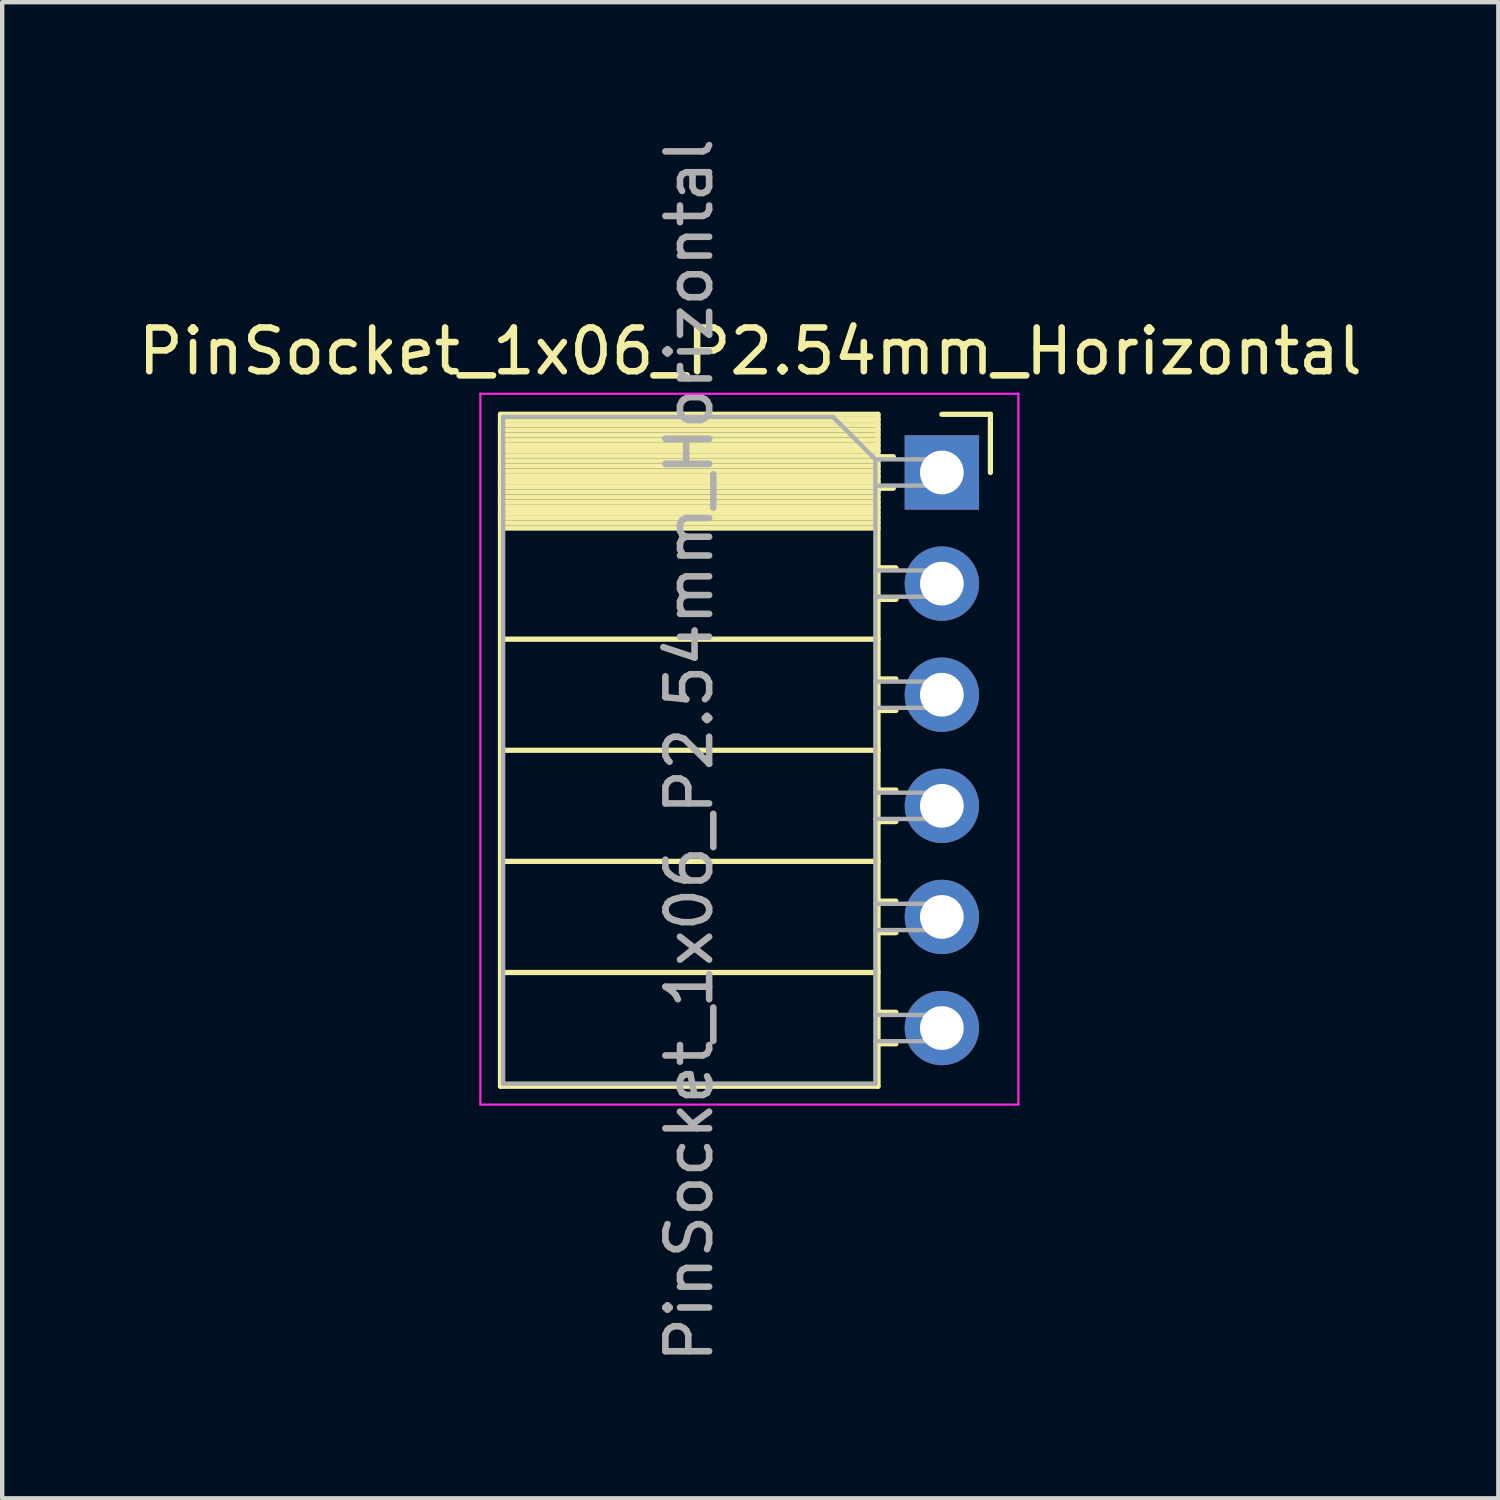
<source format=kicad_pcb>
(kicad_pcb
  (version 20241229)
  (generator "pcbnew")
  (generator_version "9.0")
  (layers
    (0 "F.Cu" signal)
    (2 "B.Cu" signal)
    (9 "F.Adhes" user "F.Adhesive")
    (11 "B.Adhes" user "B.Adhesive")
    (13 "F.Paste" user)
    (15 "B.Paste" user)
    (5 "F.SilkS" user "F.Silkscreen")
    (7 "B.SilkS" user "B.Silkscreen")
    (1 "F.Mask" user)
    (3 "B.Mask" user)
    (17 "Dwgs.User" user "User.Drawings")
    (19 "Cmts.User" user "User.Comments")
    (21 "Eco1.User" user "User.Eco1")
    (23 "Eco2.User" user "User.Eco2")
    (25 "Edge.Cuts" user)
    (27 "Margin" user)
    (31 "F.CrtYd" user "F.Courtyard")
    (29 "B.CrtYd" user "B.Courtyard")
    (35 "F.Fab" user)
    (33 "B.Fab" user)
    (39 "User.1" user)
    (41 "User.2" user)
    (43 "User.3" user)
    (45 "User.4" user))
  (footprint "PinSocket_1x06_P2.54mm_Horizontal"
    (layer "F.Cu")
    (at 18.481 7.751)
    (property "Reference" "PinSocket_1x06_P2.54mm_Horizontal" (at -4.38 -2.77 0) (layer "F.SilkS") (effects (font (size 1 1) (thickness 0.15))))
    (attr through_hole)
    (fp_line (start -10.09 -1.33) (end -10.09 14.03) (stroke (width 0.12) (type solid)) (layer "F.SilkS"))
    (fp_line (start -10.09 -1.33) (end -1.46 -1.33) (stroke (width 0.12) (type solid)) (layer "F.SilkS"))
    (fp_line (start -10.09 -1.21) (end -1.46 -1.21) (stroke (width 0.12) (type solid)) (layer "F.SilkS"))
    (fp_line (start -10.09 -1.092) (end -1.46 -1.092) (stroke (width 0.12) (type solid)) (layer "F.SilkS"))
    (fp_line (start -10.09 -0.974) (end -1.46 -0.974) (stroke (width 0.12) (type solid)) (layer "F.SilkS"))
    (fp_line (start -10.09 -0.856) (end -1.46 -0.856) (stroke (width 0.12) (type solid)) (layer "F.SilkS"))
    (fp_line (start -10.09 -0.738) (end -1.46 -0.738) (stroke (width 0.12) (type solid)) (layer "F.SilkS"))
    (fp_line (start -10.09 -0.62) (end -1.46 -0.62) (stroke (width 0.12) (type solid)) (layer "F.SilkS"))
    (fp_line (start -10.09 -0.501) (end -1.46 -0.501) (stroke (width 0.12) (type solid)) (layer "F.SilkS"))
    (fp_line (start -10.09 -0.383) (end -1.46 -0.383) (stroke (width 0.12) (type solid)) (layer "F.SilkS"))
    (fp_line (start -10.09 -0.265) (end -1.46 -0.265) (stroke (width 0.12) (type solid)) (layer "F.SilkS"))
    (fp_line (start -10.09 -0.147) (end -1.46 -0.147) (stroke (width 0.12) (type solid)) (layer "F.SilkS"))
    (fp_line (start -10.09 -0.029) (end -1.46 -0.029) (stroke (width 0.12) (type solid)) (layer "F.SilkS"))
    (fp_line (start -10.09 0.089) (end -1.46 0.089) (stroke (width 0.12) (type solid)) (layer "F.SilkS"))
    (fp_line (start -10.09 0.207) (end -1.46 0.207) (stroke (width 0.12) (type solid)) (layer "F.SilkS"))
    (fp_line (start -10.09 0.325) (end -1.46 0.325) (stroke (width 0.12) (type solid)) (layer "F.SilkS"))
    (fp_line (start -10.09 0.443) (end -1.46 0.443) (stroke (width 0.12) (type solid)) (layer "F.SilkS"))
    (fp_line (start -10.09 0.561) (end -1.46 0.561) (stroke (width 0.12) (type solid)) (layer "F.SilkS"))
    (fp_line (start -10.09 0.68) (end -1.46 0.68) (stroke (width 0.12) (type solid)) (layer "F.SilkS"))
    (fp_line (start -10.09 0.798) (end -1.46 0.798) (stroke (width 0.12) (type solid)) (layer "F.SilkS"))
    (fp_line (start -10.09 0.916) (end -1.46 0.916) (stroke (width 0.12) (type solid)) (layer "F.SilkS"))
    (fp_line (start -10.09 1.034) (end -1.46 1.034) (stroke (width 0.12) (type solid)) (layer "F.SilkS"))
    (fp_line (start -10.09 1.152) (end -1.46 1.152) (stroke (width 0.12) (type solid)) (layer "F.SilkS"))
    (fp_line (start -10.09 1.27) (end -1.46 1.27) (stroke (width 0.12) (type solid)) (layer "F.SilkS"))
    (fp_line (start -10.09 3.81) (end -1.46 3.81) (stroke (width 0.12) (type solid)) (layer "F.SilkS"))
    (fp_line (start -10.09 6.35) (end -1.46 6.35) (stroke (width 0.12) (type solid)) (layer "F.SilkS"))
    (fp_line (start -10.09 8.89) (end -1.46 8.89) (stroke (width 0.12) (type solid)) (layer "F.SilkS"))
    (fp_line (start -10.09 11.43) (end -1.46 11.43) (stroke (width 0.12) (type solid)) (layer "F.SilkS"))
    (fp_line (start -10.09 14.03) (end -1.46 14.03) (stroke (width 0.12) (type solid)) (layer "F.SilkS"))
    (fp_line (start -1.46 -1.33) (end -1.46 14.03) (stroke (width 0.12) (type solid)) (layer "F.SilkS"))
    (fp_line (start -1.46 -0.36) (end -1.11 -0.36) (stroke (width 0.12) (type solid)) (layer "F.SilkS"))
    (fp_line (start -1.46 0.36) (end -1.11 0.36) (stroke (width 0.12) (type solid)) (layer "F.SilkS"))
    (fp_line (start -1.46 2.18) (end -1.05 2.18) (stroke (width 0.12) (type solid)) (layer "F.SilkS"))
    (fp_line (start -1.46 2.9) (end -1.05 2.9) (stroke (width 0.12) (type solid)) (layer "F.SilkS"))
    (fp_line (start -1.46 4.72) (end -1.05 4.72) (stroke (width 0.12) (type solid)) (layer "F.SilkS"))
    (fp_line (start -1.46 5.44) (end -1.05 5.44) (stroke (width 0.12) (type solid)) (layer "F.SilkS"))
    (fp_line (start -1.46 7.26) (end -1.05 7.26) (stroke (width 0.12) (type solid)) (layer "F.SilkS"))
    (fp_line (start -1.46 7.98) (end -1.05 7.98) (stroke (width 0.12) (type solid)) (layer "F.SilkS"))
    (fp_line (start -1.46 9.8) (end -1.05 9.8) (stroke (width 0.12) (type solid)) (layer "F.SilkS"))
    (fp_line (start -1.46 10.52) (end -1.05 10.52) (stroke (width 0.12) (type solid)) (layer "F.SilkS"))
    (fp_line (start -1.46 12.34) (end -1.05 12.34) (stroke (width 0.12) (type solid)) (layer "F.SilkS"))
    (fp_line (start -1.46 13.06) (end -1.05 13.06) (stroke (width 0.12) (type solid)) (layer "F.SilkS"))
    (fp_line (start 0 -1.33) (end 1.11 -1.33) (stroke (width 0.12) (type solid)) (layer "F.SilkS"))
    (fp_line (start 1.11 -1.33) (end 1.11 0) (stroke (width 0.12) (type solid)) (layer "F.SilkS"))
    (fp_line (start -10.55 -1.8) (end -10.55 14.45) (stroke (width 0.05) (type solid)) (layer "F.CrtYd"))
    (fp_line (start -10.55 14.45) (end 1.75 14.45) (stroke (width 0.05) (type solid)) (layer "F.CrtYd"))
    (fp_line (start 1.75 -1.8) (end -10.55 -1.8) (stroke (width 0.05) (type solid)) (layer "F.CrtYd"))
    (fp_line (start 1.75 14.45) (end 1.75 -1.8) (stroke (width 0.05) (type solid)) (layer "F.CrtYd"))
    (fp_line (start -10.03 -1.27) (end -2.49 -1.27) (stroke (width 0.1) (type solid)) (layer "F.Fab"))
    (fp_line (start -10.03 13.97) (end -10.03 -1.27) (stroke (width 0.1) (type solid)) (layer "F.Fab"))
    (fp_line (start -2.49 -1.27) (end -1.52 -0.3) (stroke (width 0.1) (type solid)) (layer "F.Fab"))
    (fp_line (start -1.52 -0.3) (end -1.52 13.97) (stroke (width 0.1) (type solid)) (layer "F.Fab"))
    (fp_line (start -1.52 0.3) (end 0 0.3) (stroke (width 0.1) (type solid)) (layer "F.Fab"))
    (fp_line (start -1.52 2.84) (end 0 2.84) (stroke (width 0.1) (type solid)) (layer "F.Fab"))
    (fp_line (start -1.52 5.38) (end 0 5.38) (stroke (width 0.1) (type solid)) (layer "F.Fab"))
    (fp_line (start -1.52 7.92) (end 0 7.92) (stroke (width 0.1) (type solid)) (layer "F.Fab"))
    (fp_line (start -1.52 10.46) (end 0 10.46) (stroke (width 0.1) (type solid)) (layer "F.Fab"))
    (fp_line (start -1.52 13) (end 0 13) (stroke (width 0.1) (type solid)) (layer "F.Fab"))
    (fp_line (start -1.52 13.97) (end -10.03 13.97) (stroke (width 0.1) (type solid)) (layer "F.Fab"))
    (fp_line (start 0 -0.3) (end -1.52 -0.3) (stroke (width 0.1) (type solid)) (layer "F.Fab"))
    (fp_line (start 0 0.3) (end 0 -0.3) (stroke (width 0.1) (type solid)) (layer "F.Fab"))
    (fp_line (start 0 2.24) (end -1.52 2.24) (stroke (width 0.1) (type solid)) (layer "F.Fab"))
    (fp_line (start 0 2.84) (end 0 2.24) (stroke (width 0.1) (type solid)) (layer "F.Fab"))
    (fp_line (start 0 4.78) (end -1.52 4.78) (stroke (width 0.1) (type solid)) (layer "F.Fab"))
    (fp_line (start 0 5.38) (end 0 4.78) (stroke (width 0.1) (type solid)) (layer "F.Fab"))
    (fp_line (start 0 7.32) (end -1.52 7.32) (stroke (width 0.1) (type solid)) (layer "F.Fab"))
    (fp_line (start 0 7.92) (end 0 7.32) (stroke (width 0.1) (type solid)) (layer "F.Fab"))
    (fp_line (start 0 9.86) (end -1.52 9.86) (stroke (width 0.1) (type solid)) (layer "F.Fab"))
    (fp_line (start 0 10.46) (end 0 9.86) (stroke (width 0.1) (type solid)) (layer "F.Fab"))
    (fp_line (start 0 12.4) (end -1.52 12.4) (stroke (width 0.1) (type solid)) (layer "F.Fab"))
    (fp_line (start 0 13) (end 0 12.4) (stroke (width 0.1) (type solid)) (layer "F.Fab"))
    (fp_text user "${REFERENCE}" (at -5.775 6.35 90) (layer "F.Fab") (effects (font (size 1 1) (thickness 0.15))))
    (pad "1" thru_hole rect (at 0 0) (size 1.7 1.7) (drill 1) (layers "*.Cu" "*.Mask"))
    (pad "2" thru_hole oval (at 0 2.54) (size 1.7 1.7) (drill 1) (layers "*.Cu" "*.Mask"))
    (pad "3" thru_hole oval (at 0 5.08) (size 1.7 1.7) (drill 1) (layers "*.Cu" "*.Mask"))
    (pad "4" thru_hole oval (at 0 7.62) (size 1.7 1.7) (drill 1) (layers "*.Cu" "*.Mask"))
    (pad "5" thru_hole oval (at 0 10.16) (size 1.7 1.7) (drill 1) (layers "*.Cu" "*.Mask"))
    (pad "6" thru_hole oval (at 0 12.7) (size 1.7 1.7) (drill 1) (layers "*.Cu" "*.Mask")))
  (gr_rect
    (start -3 -3)
    (end 31.202 31.202)
    (stroke (width 0.1) (type default))
    (fill no)
    (layer "Edge.Cuts")))
</source>
